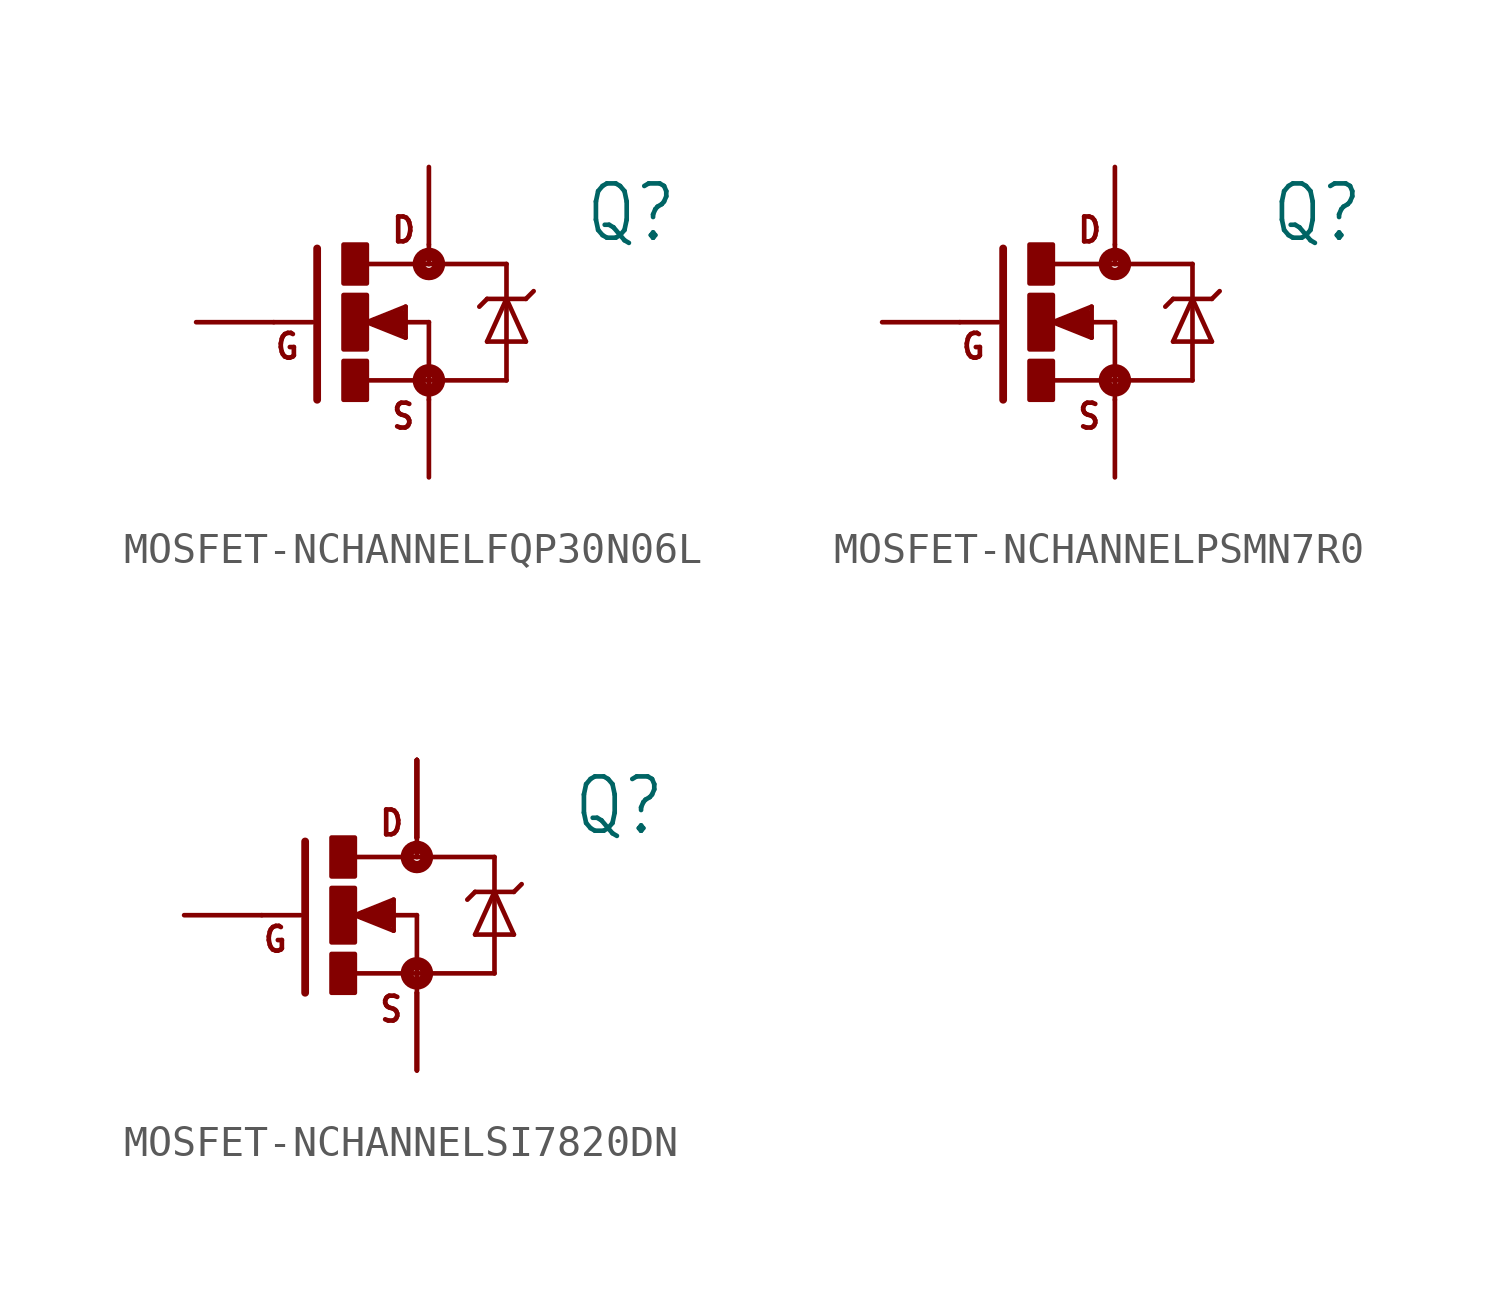
<source format=kicad_sym>
(kicad_symbol_lib
  (version 20241209)
  (generator "kicad_symbol_editor")
  (generator_version "9.0")
  (symbol "MOSFET-NCHANNELFQP30N06L"
    (property "Reference" "Q"
      (at 5.08 2.54 0)
      (effects (font (size 1.778 1.511)) (justify left bottom)))
    (property "Value" ""
      (at 5.08 0 0)
      (effects (font (size 1.778 1.511)) (justify left bottom)))
    (property "ki_locked" ""
      (at 0 0 0)
      (effects (font (size 1.27 1.27))))
    (symbol "MOSFET-NCHANNELFQP30N06L_1_0"
      (polyline (pts (xy -3.81 0) (xy -5.08 0)) (stroke (width 0.152) (type solid)) (fill (type none)))
      (polyline (pts (xy -3.658 2.413) (xy -3.658 -2.54)) (stroke (width 0.254) (type solid)) (fill (type none)))
      (rectangle (start -2.794 1.27) (end -2.032 2.54) (stroke (width 0) (type default)) (fill (type outline)))
      (rectangle (start -2.794 -0.889) (end -2.032 0.889) (stroke (width 0) (type default)) (fill (type outline)))
      (rectangle (start -2.794 -2.54) (end -2.032 -1.27) (stroke (width 0) (type default)) (fill (type outline)))
      (polyline (pts (xy -2.032 0) (xy -0.762 -0.508)) (stroke (width 0.152) (type solid)) (fill (type none)))
      (polyline (pts (xy -2.032 -1.905) (xy 0 -1.905)) (stroke (width 0.152) (type solid)) (fill (type none)))
      (polyline (pts (xy -1.778 0) (xy -0.889 -0.254)) (stroke (width 0.305) (type solid)) (fill (type none)))
      (polyline (pts (xy -0.889 0.254) (xy -1.778 0)) (stroke (width 0.305) (type solid)) (fill (type none)))
      (polyline (pts (xy -0.889 0) (xy -1.143 0)) (stroke (width 0.305) (type solid)) (fill (type none)))
      (polyline (pts (xy -0.889 0) (xy 0 0)) (stroke (width 0.152) (type solid)) (fill (type none)))
      (polyline (pts (xy -0.889 -0.254) (xy -0.889 0)) (stroke (width 0.305) (type solid)) (fill (type none)))
      (polyline (pts (xy -0.762 0.508) (xy -2.032 0)) (stroke (width 0.152) (type solid)) (fill (type none)))
      (polyline (pts (xy -0.762 -0.508) (xy -0.762 0.508)) (stroke (width 0.152) (type solid)) (fill (type none)))
      (polyline (pts (xy 0 2.54) (xy 0 1.905)) (stroke (width 0.152) (type solid)) (fill (type none)))
      (circle (center 0 1.905) (radius 0.127) (stroke (width 0.406) (type solid)) (fill (type none)))
      (polyline (pts (xy 0 1.905) (xy -2.007 1.905)) (stroke (width 0.152) (type solid)) (fill (type none)))
      (polyline (pts (xy 0 1.905) (xy 2.54 1.905)) (stroke (width 0.152) (type solid)) (fill (type none)))
      (polyline (pts (xy 0 0) (xy 0 -1.905)) (stroke (width 0.152) (type solid)) (fill (type none)))
      (polyline (pts (xy 0 -1.905) (xy 0 -2.54)) (stroke (width 0.152) (type solid)) (fill (type none)))
      (circle (center 0 -1.905) (radius 0.127) (stroke (width 0.406) (type solid)) (fill (type none)))
      (polyline (pts (xy 1.905 0.762) (xy 1.651 0.508)) (stroke (width 0.152) (type solid)) (fill (type none)))
      (polyline (pts (xy 1.905 0.762) (xy 2.54 0.762)) (stroke (width 0.152) (type solid)) (fill (type none)))
      (polyline (pts (xy 1.905 -0.635) (xy 3.175 -0.635)) (stroke (width 0.152) (type solid)) (fill (type none)))
      (polyline (pts (xy 2.54 1.905) (xy 2.54 0.762)) (stroke (width 0.152) (type solid)) (fill (type none)))
      (polyline (pts (xy 2.54 0.762) (xy 1.905 -0.635)) (stroke (width 0.152) (type solid)) (fill (type none)))
      (polyline (pts (xy 2.54 0.762) (xy 2.54 -1.905)) (stroke (width 0.152) (type solid)) (fill (type none)))
      (polyline (pts (xy 2.54 0.762) (xy 3.175 0.762)) (stroke (width 0.152) (type solid)) (fill (type none)))
      (polyline (pts (xy 2.54 -1.905) (xy 0 -1.905)) (stroke (width 0.152) (type solid)) (fill (type none)))
      (polyline (pts (xy 3.175 0.762) (xy 3.429 1.016)) (stroke (width 0.152) (type solid)) (fill (type none)))
      (polyline (pts (xy 3.175 -0.635) (xy 2.54 0.762)) (stroke (width 0.152) (type solid)) (fill (type none)))
      (text "G" (at -5.08 -1.27 0) (effects (font (size 0.813 0.691)) (justify left bottom)))
      (text "D" (at -1.27 2.54 0) (effects (font (size 0.813 0.691)) (justify left bottom)))
      (text "S" (at -1.27 -3.556 0) (effects (font (size 0.813 0.691)) (justify left bottom)))
      (pin passive line (at -7.62 0 0) (length 2.54) (name "G" (effects (font (size 0 0)))) (number "1" (effects (font (size 0 0)))))
      (pin passive line (at 0 5.08 270) (length 2.54) (name "D" (effects (font (size 0 0)))) (number "2" (effects (font (size 0 0)))))
      (pin passive line (at 0 -5.08 90) (length 2.54) (name "S" (effects (font (size 0 0)))) (number "3" (effects (font (size 0 0)))))))
  (symbol "MOSFET-NCHANNELPSMN7R0"
    (property "Reference" "Q"
      (at 5.08 2.54 0)
      (effects (font (size 1.778 1.511)) (justify left bottom)))
    (property "Value" ""
      (at 5.08 0 0)
      (effects (font (size 1.778 1.511)) (justify left bottom)))
    (property "ki_locked" ""
      (at 0 0 0)
      (effects (font (size 1.27 1.27))))
    (symbol "MOSFET-NCHANNELPSMN7R0_1_0"
      (polyline (pts (xy -3.81 0) (xy -5.08 0)) (stroke (width 0.152) (type solid)) (fill (type none)))
      (polyline (pts (xy -3.658 2.413) (xy -3.658 -2.54)) (stroke (width 0.254) (type solid)) (fill (type none)))
      (rectangle (start -2.794 1.27) (end -2.032 2.54) (stroke (width 0) (type default)) (fill (type outline)))
      (rectangle (start -2.794 -0.889) (end -2.032 0.889) (stroke (width 0) (type default)) (fill (type outline)))
      (rectangle (start -2.794 -2.54) (end -2.032 -1.27) (stroke (width 0) (type default)) (fill (type outline)))
      (polyline (pts (xy -2.032 0) (xy -0.762 -0.508)) (stroke (width 0.152) (type solid)) (fill (type none)))
      (polyline (pts (xy -2.032 -1.905) (xy 0 -1.905)) (stroke (width 0.152) (type solid)) (fill (type none)))
      (polyline (pts (xy -1.778 0) (xy -0.889 -0.254)) (stroke (width 0.305) (type solid)) (fill (type none)))
      (polyline (pts (xy -0.889 0.254) (xy -1.778 0)) (stroke (width 0.305) (type solid)) (fill (type none)))
      (polyline (pts (xy -0.889 0) (xy -1.143 0)) (stroke (width 0.305) (type solid)) (fill (type none)))
      (polyline (pts (xy -0.889 0) (xy 0 0)) (stroke (width 0.152) (type solid)) (fill (type none)))
      (polyline (pts (xy -0.889 -0.254) (xy -0.889 0)) (stroke (width 0.305) (type solid)) (fill (type none)))
      (polyline (pts (xy -0.762 0.508) (xy -2.032 0)) (stroke (width 0.152) (type solid)) (fill (type none)))
      (polyline (pts (xy -0.762 -0.508) (xy -0.762 0.508)) (stroke (width 0.152) (type solid)) (fill (type none)))
      (polyline (pts (xy 0 2.54) (xy 0 1.905)) (stroke (width 0.152) (type solid)) (fill (type none)))
      (circle (center 0 1.905) (radius 0.127) (stroke (width 0.406) (type solid)) (fill (type none)))
      (polyline (pts (xy 0 1.905) (xy -2.007 1.905)) (stroke (width 0.152) (type solid)) (fill (type none)))
      (polyline (pts (xy 0 1.905) (xy 2.54 1.905)) (stroke (width 0.152) (type solid)) (fill (type none)))
      (polyline (pts (xy 0 0) (xy 0 -1.905)) (stroke (width 0.152) (type solid)) (fill (type none)))
      (polyline (pts (xy 0 -1.905) (xy 0 -2.54)) (stroke (width 0.152) (type solid)) (fill (type none)))
      (circle (center 0 -1.905) (radius 0.127) (stroke (width 0.406) (type solid)) (fill (type none)))
      (polyline (pts (xy 1.905 0.762) (xy 1.651 0.508)) (stroke (width 0.152) (type solid)) (fill (type none)))
      (polyline (pts (xy 1.905 0.762) (xy 2.54 0.762)) (stroke (width 0.152) (type solid)) (fill (type none)))
      (polyline (pts (xy 1.905 -0.635) (xy 3.175 -0.635)) (stroke (width 0.152) (type solid)) (fill (type none)))
      (polyline (pts (xy 2.54 1.905) (xy 2.54 0.762)) (stroke (width 0.152) (type solid)) (fill (type none)))
      (polyline (pts (xy 2.54 0.762) (xy 1.905 -0.635)) (stroke (width 0.152) (type solid)) (fill (type none)))
      (polyline (pts (xy 2.54 0.762) (xy 2.54 -1.905)) (stroke (width 0.152) (type solid)) (fill (type none)))
      (polyline (pts (xy 2.54 0.762) (xy 3.175 0.762)) (stroke (width 0.152) (type solid)) (fill (type none)))
      (polyline (pts (xy 2.54 -1.905) (xy 0 -1.905)) (stroke (width 0.152) (type solid)) (fill (type none)))
      (polyline (pts (xy 3.175 0.762) (xy 3.429 1.016)) (stroke (width 0.152) (type solid)) (fill (type none)))
      (polyline (pts (xy 3.175 -0.635) (xy 2.54 0.762)) (stroke (width 0.152) (type solid)) (fill (type none)))
      (text "G" (at -5.08 -1.27 0) (effects (font (size 0.813 0.691)) (justify left bottom)))
      (text "D" (at -1.27 2.54 0) (effects (font (size 0.813 0.691)) (justify left bottom)))
      (text "S" (at -1.27 -3.556 0) (effects (font (size 0.813 0.691)) (justify left bottom)))
      (pin passive line (at -7.62 0 0) (length 2.54) (name "G" (effects (font (size 0 0)))) (number "1" (effects (font (size 0 0)))))
      (pin passive line (at 0 5.08 270) (length 2.54) (name "D" (effects (font (size 0 0)))) (number "2" (effects (font (size 0 0)))))
      (pin passive line (at 0 -5.08 90) (length 2.54) (name "S" (effects (font (size 0 0)))) (number "3" (effects (font (size 0 0)))))))
  (symbol "MOSFET-NCHANNELSI7820DN"
    (property "Reference" "Q"
      (at 5.08 2.54 0)
      (effects (font (size 1.778 1.511)) (justify left bottom)))
    (property "Value" ""
      (at 5.08 0 0)
      (effects (font (size 1.778 1.511)) (justify left bottom)))
    (property "ki_locked" ""
      (at 0 0 0)
      (effects (font (size 1.27 1.27))))
    (symbol "MOSFET-NCHANNELSI7820DN_1_0"
      (polyline (pts (xy -3.81 0) (xy -5.08 0)) (stroke (width 0.152) (type solid)) (fill (type none)))
      (polyline (pts (xy -3.658 2.413) (xy -3.658 -2.54)) (stroke (width 0.254) (type solid)) (fill (type none)))
      (rectangle (start -2.794 1.27) (end -2.032 2.54) (stroke (width 0) (type default)) (fill (type outline)))
      (rectangle (start -2.794 -0.889) (end -2.032 0.889) (stroke (width 0) (type default)) (fill (type outline)))
      (rectangle (start -2.794 -2.54) (end -2.032 -1.27) (stroke (width 0) (type default)) (fill (type outline)))
      (polyline (pts (xy -2.032 0) (xy -0.762 -0.508)) (stroke (width 0.152) (type solid)) (fill (type none)))
      (polyline (pts (xy -2.032 -1.905) (xy 0 -1.905)) (stroke (width 0.152) (type solid)) (fill (type none)))
      (polyline (pts (xy -1.778 0) (xy -0.889 -0.254)) (stroke (width 0.305) (type solid)) (fill (type none)))
      (polyline (pts (xy -0.889 0.254) (xy -1.778 0)) (stroke (width 0.305) (type solid)) (fill (type none)))
      (polyline (pts (xy -0.889 0) (xy -1.143 0)) (stroke (width 0.305) (type solid)) (fill (type none)))
      (polyline (pts (xy -0.889 0) (xy 0 0)) (stroke (width 0.152) (type solid)) (fill (type none)))
      (polyline (pts (xy -0.889 -0.254) (xy -0.889 0)) (stroke (width 0.305) (type solid)) (fill (type none)))
      (polyline (pts (xy -0.762 0.508) (xy -2.032 0)) (stroke (width 0.152) (type solid)) (fill (type none)))
      (polyline (pts (xy -0.762 -0.508) (xy -0.762 0.508)) (stroke (width 0.152) (type solid)) (fill (type none)))
      (polyline (pts (xy 0 2.54) (xy 0 1.905)) (stroke (width 0.152) (type solid)) (fill (type none)))
      (circle (center 0 1.905) (radius 0.127) (stroke (width 0.406) (type solid)) (fill (type none)))
      (polyline (pts (xy 0 1.905) (xy -2.007 1.905)) (stroke (width 0.152) (type solid)) (fill (type none)))
      (polyline (pts (xy 0 1.905) (xy 2.54 1.905)) (stroke (width 0.152) (type solid)) (fill (type none)))
      (polyline (pts (xy 0 0) (xy 0 -1.905)) (stroke (width 0.152) (type solid)) (fill (type none)))
      (polyline (pts (xy 0 -1.905) (xy 0 -2.54)) (stroke (width 0.152) (type solid)) (fill (type none)))
      (circle (center 0 -1.905) (radius 0.127) (stroke (width 0.406) (type solid)) (fill (type none)))
      (polyline (pts (xy 1.905 0.762) (xy 1.651 0.508)) (stroke (width 0.152) (type solid)) (fill (type none)))
      (polyline (pts (xy 1.905 0.762) (xy 2.54 0.762)) (stroke (width 0.152) (type solid)) (fill (type none)))
      (polyline (pts (xy 1.905 -0.635) (xy 3.175 -0.635)) (stroke (width 0.152) (type solid)) (fill (type none)))
      (polyline (pts (xy 2.54 1.905) (xy 2.54 0.762)) (stroke (width 0.152) (type solid)) (fill (type none)))
      (polyline (pts (xy 2.54 0.762) (xy 1.905 -0.635)) (stroke (width 0.152) (type solid)) (fill (type none)))
      (polyline (pts (xy 2.54 0.762) (xy 2.54 -1.905)) (stroke (width 0.152) (type solid)) (fill (type none)))
      (polyline (pts (xy 2.54 0.762) (xy 3.175 0.762)) (stroke (width 0.152) (type solid)) (fill (type none)))
      (polyline (pts (xy 2.54 -1.905) (xy 0 -1.905)) (stroke (width 0.152) (type solid)) (fill (type none)))
      (polyline (pts (xy 3.175 0.762) (xy 3.429 1.016)) (stroke (width 0.152) (type solid)) (fill (type none)))
      (polyline (pts (xy 3.175 -0.635) (xy 2.54 0.762)) (stroke (width 0.152) (type solid)) (fill (type none)))
      (text "G" (at -5.08 -1.27 0) (effects (font (size 0.813 0.691)) (justify left bottom)))
      (text "D" (at -1.27 2.54 0) (effects (font (size 0.813 0.691)) (justify left bottom)))
      (text "S" (at -1.27 -3.556 0) (effects (font (size 0.813 0.691)) (justify left bottom)))
      (pin passive line (at -7.62 0 0) (length 2.54) (name "G" (effects (font (size 0 0)))) (number "G" (effects (font (size 0 0)))))
      (pin passive line (at 0 5.08 270) (length 2.54) (name "D" (effects (font (size 0 0)))) (number "D1" (effects (font (size 0 0)))))
      (pin passive line (at 0 5.08 270) (length 2.54) (name "D" (effects (font (size 0 0)))) (number "D2" (effects (font (size 0 0)))))
      (pin passive line (at 0 5.08 270) (length 2.54) (name "D" (effects (font (size 0 0)))) (number "D3" (effects (font (size 0 0)))))
      (pin passive line (at 0 5.08 270) (length 2.54) (name "D" (effects (font (size 0 0)))) (number "D4" (effects (font (size 0 0)))))
      (pin passive line (at 0 5.08 270) (length 2.54) (name "D" (effects (font (size 0 0)))) (number "DPAD" (effects (font (size 0 0)))))
      (pin passive line (at 0 -5.08 90) (length 2.54) (name "S" (effects (font (size 0 0)))) (number "S1" (effects (font (size 0 0)))))
      (pin passive line (at 0 -5.08 90) (length 2.54) (name "S" (effects (font (size 0 0)))) (number "S2" (effects (font (size 0 0)))))
      (pin passive line (at 0 -5.08 90) (length 2.54) (name "S" (effects (font (size 0 0)))) (number "S3" (effects (font (size 0 0))))))))
</source>
